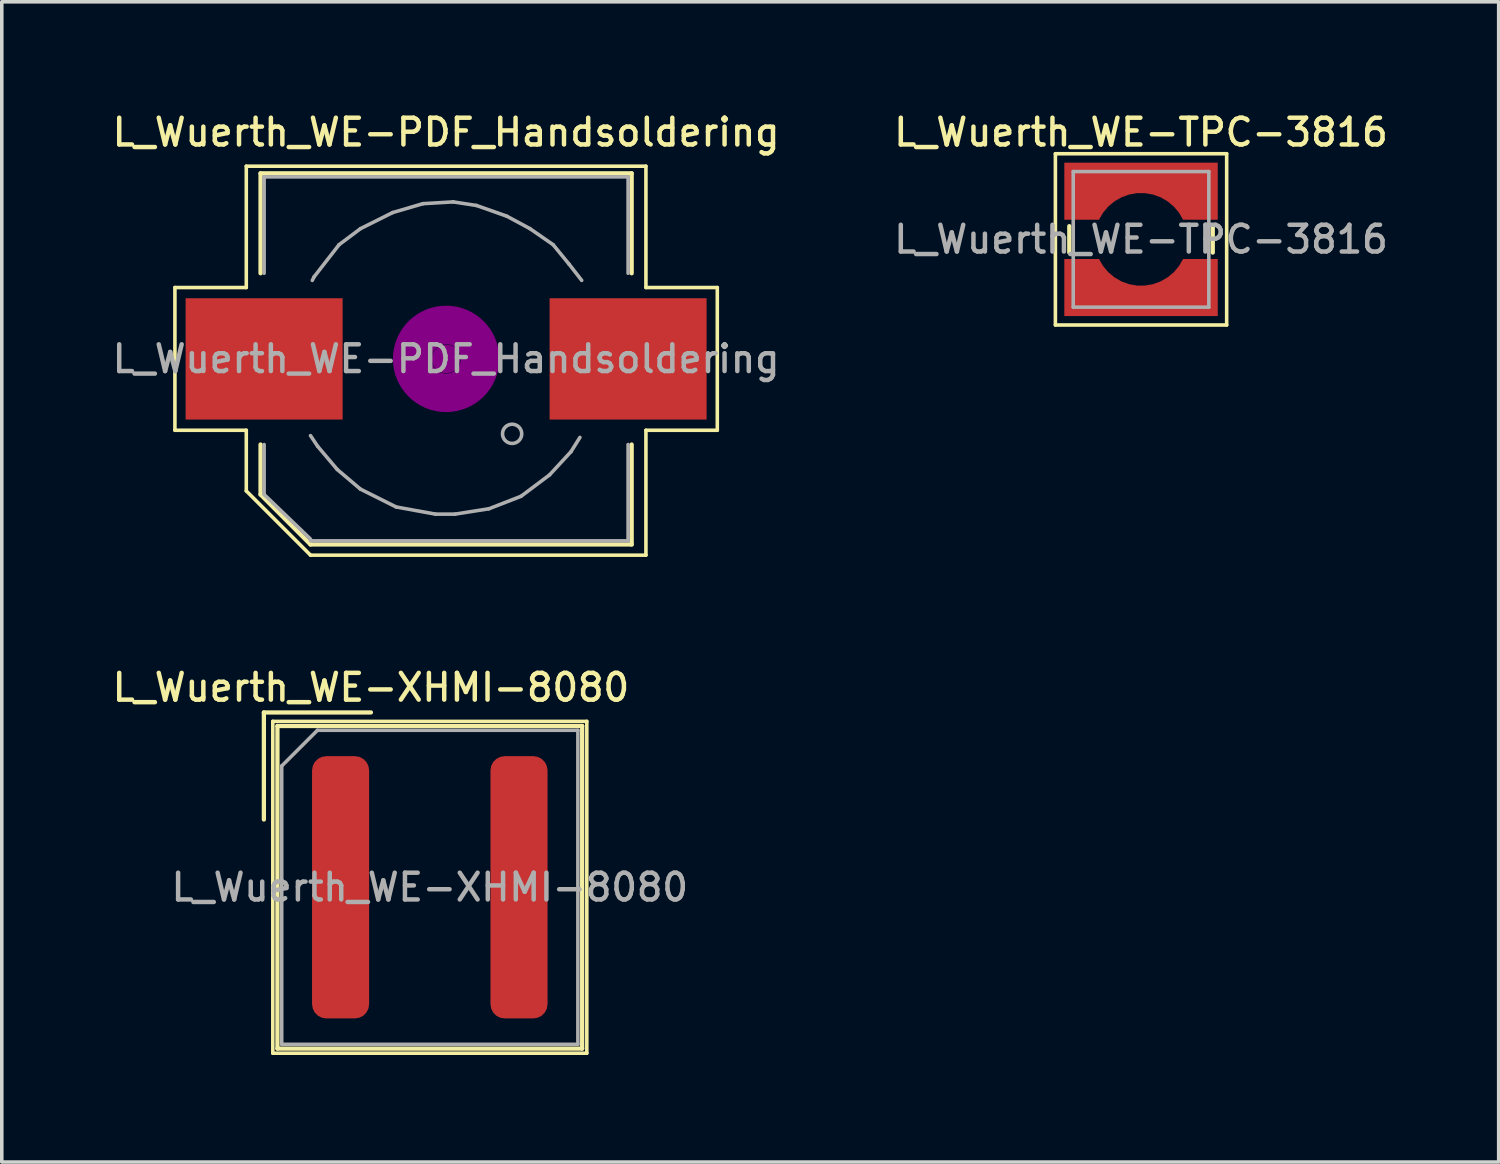
<source format=kicad_pcb>
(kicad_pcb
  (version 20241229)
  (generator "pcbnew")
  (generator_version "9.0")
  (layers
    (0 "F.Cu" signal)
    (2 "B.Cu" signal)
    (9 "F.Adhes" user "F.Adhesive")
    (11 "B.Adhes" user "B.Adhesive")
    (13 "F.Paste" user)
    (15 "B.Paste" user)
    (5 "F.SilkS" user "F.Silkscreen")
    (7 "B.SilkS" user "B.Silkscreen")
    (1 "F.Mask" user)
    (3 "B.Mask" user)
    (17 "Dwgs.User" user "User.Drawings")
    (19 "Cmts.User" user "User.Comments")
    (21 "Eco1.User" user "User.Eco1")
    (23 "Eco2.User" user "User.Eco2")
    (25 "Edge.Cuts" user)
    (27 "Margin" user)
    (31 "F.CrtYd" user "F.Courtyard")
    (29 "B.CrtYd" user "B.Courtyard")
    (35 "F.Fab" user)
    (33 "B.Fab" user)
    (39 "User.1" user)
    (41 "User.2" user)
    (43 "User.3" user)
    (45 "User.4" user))
  (footprint "L_Wuerth_WE-PDF_Handsoldering"
    (layer "F.Cu")
    (at 9.452 7.008)
    (property "Reference" "L_Wuerth_WE-PDF_Handsoldering" (at 0 -6.35 0) (layer "F.SilkS") (effects (font (size 0.75 0.75) (thickness 0.125))))
    (attr smd)
    (fp_line (start -7.6 -2) (end -5.6 -2) (stroke (width 0.1) (type solid)) (layer "F.SilkS"))
    (fp_line (start -7.6 2) (end -7.6 -2) (stroke (width 0.1) (type solid)) (layer "F.SilkS"))
    (fp_line (start -5.6 -5.4) (end 5.6 -5.4) (stroke (width 0.1) (type solid)) (layer "F.SilkS"))
    (fp_line (start -5.6 -2) (end -5.6 -5.4) (stroke (width 0.1) (type solid)) (layer "F.SilkS"))
    (fp_line (start -5.6 2) (end -7.6 2) (stroke (width 0.1) (type solid)) (layer "F.SilkS"))
    (fp_line (start -5.6 3.7) (end -5.6 2) (stroke (width 0.1) (type solid)) (layer "F.SilkS"))
    (fp_line (start -5.2 -5.2) (end 5.2 -5.2) (stroke (width 0.12) (type solid)) (layer "F.SilkS"))
    (fp_line (start -5.2 -2.4) (end -5.2 -5.2) (stroke (width 0.12) (type solid)) (layer "F.SilkS"))
    (fp_line (start -5.2 3.8) (end -5.2 2.4) (stroke (width 0.12) (type solid)) (layer "F.SilkS"))
    (fp_line (start -3.8 5.2) (end -5.2 3.8) (stroke (width 0.12) (type solid)) (layer "F.SilkS"))
    (fp_line (start -3.8 5.5) (end -5.6 3.7) (stroke (width 0.1) (type solid)) (layer "F.SilkS"))
    (fp_line (start 5.2 -5.2) (end 5.2 -2.4) (stroke (width 0.12) (type solid)) (layer "F.SilkS"))
    (fp_line (start 5.2 2.4) (end 5.2 5.2) (stroke (width 0.12) (type solid)) (layer "F.SilkS"))
    (fp_line (start 5.2 5.2) (end -3.8 5.2) (stroke (width 0.12) (type solid)) (layer "F.SilkS"))
    (fp_line (start 5.6 -5.4) (end 5.6 -2) (stroke (width 0.1) (type solid)) (layer "F.SilkS"))
    (fp_line (start 5.6 -2) (end 7.6 -2) (stroke (width 0.1) (type solid)) (layer "F.SilkS"))
    (fp_line (start 5.6 2) (end 5.6 5.5) (stroke (width 0.1) (type solid)) (layer "F.SilkS"))
    (fp_line (start 5.6 5.5) (end -3.8 5.5) (stroke (width 0.1) (type solid)) (layer "F.SilkS"))
    (fp_line (start 7.6 -2) (end 7.6 2) (stroke (width 0.1) (type solid)) (layer "F.SilkS"))
    (fp_line (start 7.6 2) (end 5.6 2) (stroke (width 0.1) (type solid)) (layer "F.SilkS"))
    (fp_circle (center 0 0) (end 0.15 0.15) (stroke (width 0.38) (type solid)) (fill no) (layer "F.Adhes"))
    (fp_circle (center 0 0) (end 0.6 0.05) (stroke (width 0.38) (type solid)) (fill no) (layer "F.Adhes"))
    (fp_circle (center 0 0) (end 0.95 0) (stroke (width 0.38) (type solid)) (fill no) (layer "F.Adhes"))
    (fp_circle (center 0 0) (end 1.3 0.05) (stroke (width 0.38) (type solid)) (fill no) (layer "F.Adhes"))
    (fp_line (start -5.1 -5.1) (end -5.1 -2.4) (stroke (width 0.1) (type solid)) (layer "F.Fab"))
    (fp_line (start -5.1 2.4) (end -5.1 3.8) (stroke (width 0.1) (type solid)) (layer "F.Fab"))
    (fp_line (start -5.1 3.8) (end -3.8 5.05) (stroke (width 0.1) (type solid)) (layer "F.Fab"))
    (fp_line (start -3.8 2.15) (end -3.6 2.45) (stroke (width 0.1) (type solid)) (layer "F.Fab"))
    (fp_line (start -3.7 -2.3) (end -3.75 -2.2) (stroke (width 0.1) (type solid)) (layer "F.Fab"))
    (fp_line (start -3.6 2.45) (end -3.05 3.1) (stroke (width 0.1) (type solid)) (layer "F.Fab"))
    (fp_line (start -3.05 3.1) (end -2.4 3.65) (stroke (width 0.1) (type solid)) (layer "F.Fab"))
    (fp_line (start -3 -3.2) (end -3.7 -2.3) (stroke (width 0.1) (type solid)) (layer "F.Fab"))
    (fp_line (start -2.4 -3.65) (end -3 -3.2) (stroke (width 0.1) (type solid)) (layer "F.Fab"))
    (fp_line (start -2.4 3.65) (end -1.4 4.15) (stroke (width 0.1) (type solid)) (layer "F.Fab"))
    (fp_line (start -1.5 -4.1) (end -2.4 -3.65) (stroke (width 0.1) (type solid)) (layer "F.Fab"))
    (fp_line (start -1.4 4.15) (end -0.3 4.35) (stroke (width 0.1) (type solid)) (layer "F.Fab"))
    (fp_line (start -0.65 -4.35) (end -1.5 -4.1) (stroke (width 0.1) (type solid)) (layer "F.Fab"))
    (fp_line (start -0.3 4.35) (end 0.25 4.35) (stroke (width 0.1) (type solid)) (layer "F.Fab"))
    (fp_line (start 0.2 -4.4) (end -0.65 -4.35) (stroke (width 0.1) (type solid)) (layer "F.Fab"))
    (fp_line (start 0.25 4.35) (end 1.2 4.2) (stroke (width 0.1) (type solid)) (layer "F.Fab"))
    (fp_line (start 0.85 -4.3) (end 0.2 -4.4) (stroke (width 0.1) (type solid)) (layer "F.Fab"))
    (fp_line (start 1.2 4.2) (end 2.1 3.85) (stroke (width 0.1) (type solid)) (layer "F.Fab"))
    (fp_line (start 1.7 -4) (end 0.85 -4.3) (stroke (width 0.1) (type solid)) (layer "F.Fab"))
    (fp_line (start 2.1 3.85) (end 2.9 3.25) (stroke (width 0.1) (type solid)) (layer "F.Fab"))
    (fp_line (start 2.35 -3.65) (end 1.7 -4) (stroke (width 0.1) (type solid)) (layer "F.Fab"))
    (fp_line (start 2.9 3.25) (end 3.5 2.6) (stroke (width 0.1) (type solid)) (layer "F.Fab"))
    (fp_line (start 3 -3.2) (end 2.35 -3.65) (stroke (width 0.1) (type solid)) (layer "F.Fab"))
    (fp_line (start 3.45 -2.65) (end 3 -3.2) (stroke (width 0.1) (type solid)) (layer "F.Fab"))
    (fp_line (start 3.5 2.6) (end 3.75 2.2) (stroke (width 0.1) (type solid)) (layer "F.Fab"))
    (fp_line (start 3.8 -2.2) (end 3.45 -2.65) (stroke (width 0.1) (type solid)) (layer "F.Fab"))
    (fp_line (start 5.1 -5.1) (end -5.1 -5.1) (stroke (width 0.1) (type solid)) (layer "F.Fab"))
    (fp_line (start 5.1 -5.1) (end 5.1 -2.4) (stroke (width 0.1) (type solid)) (layer "F.Fab"))
    (fp_line (start 5.1 5.1) (end -3.8 5.1) (stroke (width 0.1) (type solid)) (layer "F.Fab"))
    (fp_line (start 5.1 5.1) (end 5.1 2.4) (stroke (width 0.1) (type solid)) (layer "F.Fab"))
    (fp_circle (center 1.85 2.1) (end 2.1 2.2) (stroke (width 0.1) (type solid)) (fill no) (layer "F.Fab"))
    (fp_text user "${REFERENCE}" (at 0 0 0) (layer "F.Fab") (effects (font (size 0.75 0.75) (thickness 0.125))))
    (pad "1" smd rect (at -5.1 0) (size 4.4 3.4) (layers "F.Cu" "F.Mask" "F.Paste"))
    (pad "2" smd rect (at 5.1 0) (size 4.4 3.4) (layers "F.Cu" "F.Mask" "F.Paste")))
  (footprint "L_Wuerth_WE-XHMI-8080"
    (layer "F.Cu")
    (at 8.995 21.816)
    (property "Reference" "L_Wuerth_WE-XHMI-8080" (at -1.65 -5.6 0) (layer "F.SilkS") (effects (font (size 0.75 0.75) (thickness 0.125))))
    (attr smd)
    (fp_line (start -4.65 -4.9) (end -1.65 -4.9) (stroke (width 0.12) (type solid)) (layer "F.SilkS"))
    (fp_line (start -4.65 -1.9) (end -4.65 -4.9) (stroke (width 0.12) (type solid)) (layer "F.SilkS"))
    (fp_line (start -4.4 -4.65) (end -4.4 4.65) (stroke (width 0.1) (type solid)) (layer "F.SilkS"))
    (fp_line (start -4.4 -4.65) (end 4.4 -4.65) (stroke (width 0.1) (type solid)) (layer "F.SilkS"))
    (fp_line (start -4.4 4.65) (end 4.4 4.65) (stroke (width 0.1) (type solid)) (layer "F.SilkS"))
    (fp_line (start -4.27 -4.52) (end -4.27 4.52) (stroke (width 0.12) (type solid)) (layer "F.SilkS"))
    (fp_line (start -4.27 -4.52) (end 4.27 -4.52) (stroke (width 0.12) (type solid)) (layer "F.SilkS"))
    (fp_line (start -4.27 4.52) (end 4.27 4.52) (stroke (width 0.12) (type solid)) (layer "F.SilkS"))
    (fp_line (start 4.27 -4.52) (end 4.27 4.52) (stroke (width 0.12) (type solid)) (layer "F.SilkS"))
    (fp_line (start 4.4 -4.65) (end 4.4 4.65) (stroke (width 0.1) (type solid)) (layer "F.SilkS"))
    (fp_line (start -4.15 -3.4) (end -3.15 -4.4) (stroke (width 0.1) (type solid)) (layer "F.Fab"))
    (fp_line (start -4.15 4.4) (end -4.15 -3.4) (stroke (width 0.1) (type solid)) (layer "F.Fab"))
    (fp_line (start -3.15 -4.4) (end 4.15 -4.4) (stroke (width 0.1) (type solid)) (layer "F.Fab"))
    (fp_line (start 4.15 -4.4) (end 4.15 4.4) (stroke (width 0.1) (type solid)) (layer "F.Fab"))
    (fp_line (start 4.15 4.4) (end -4.15 4.4) (stroke (width 0.1) (type solid)) (layer "F.Fab"))
    (fp_text user "${REFERENCE}" (at 0 0 0) (layer "F.Fab") (effects (font (size 0.75 0.75) (thickness 0.125))))
    (pad "1" smd roundrect (at -2.5 0) (size 1.6 7.35) (layers "F.Cu" "F.Mask" "F.Paste") (roundrect_rratio 0.25))
    (pad "2" smd roundrect (at 2.5 0) (size 1.6 7.35) (layers "F.Cu" "F.Mask" "F.Paste") (roundrect_rratio 0.25)))
  (footprint "L_Wuerth_WE-TPC-3816"
    (layer "F.Cu")
    (at 28.927 3.658)
    (property "Reference" "L_Wuerth_WE-TPC-3816" (at 0 -3 0) (layer "F.SilkS") (effects (font (size 0.75 0.75) (thickness 0.125))))
    (attr smd)
    (fp_line (start -2.4 -2.4) (end 2.4 -2.4) (stroke (width 0.1) (type solid)) (layer "F.SilkS"))
    (fp_line (start -2.4 2.4) (end -2.4 -2.4) (stroke (width 0.1) (type solid)) (layer "F.SilkS"))
    (fp_line (start -2.01 0.37) (end -2.01 -0.37) (stroke (width 0.12) (type solid)) (layer "F.SilkS"))
    (fp_line (start 2.01 -0.37) (end 2.01 0.37) (stroke (width 0.12) (type solid)) (layer "F.SilkS"))
    (fp_line (start 2.4 -2.4) (end 2.4 2.4) (stroke (width 0.1) (type solid)) (layer "F.SilkS"))
    (fp_line (start 2.4 2.4) (end -2.4 2.4) (stroke (width 0.1) (type solid)) (layer "F.SilkS"))
    (fp_line (start -1.9 -1.9) (end 1.9 -1.9) (stroke (width 0.1) (type solid)) (layer "F.Fab"))
    (fp_line (start -1.9 1.9) (end -1.9 -1.9) (stroke (width 0.1) (type solid)) (layer "F.Fab"))
    (fp_line (start 1.9 -1.9) (end 1.9 1.9) (stroke (width 0.1) (type solid)) (layer "F.Fab"))
    (fp_line (start 1.9 1.9) (end -1.9 1.9) (stroke (width 0.1) (type solid)) (layer "F.Fab"))
    (fp_text user "${REFERENCE}" (at 0 0 0) (layer "F.Fab") (effects (font (size 0.75 0.75) (thickness 0.125))))
    (pad "1" smd custom (at 0 -1.75) (size 0.7 0.7) (layers "F.Cu" "F.Mask" "F.Paste") (options (anchor circle)) (primitives (gr_poly (pts (xy 2.15 1.2) (xy 1.178 1.2) (xy 1.065 1.004) (xy 0.919 0.83) (xy 0.745 0.685) (xy 0.549 0.572) (xy 0.336 0.494) (xy 0.113 0.455) (xy -0.113 0.455) (xy -0.336 0.494) (xy -0.549 0.572) (xy -0.745 0.685) (xy -0.919 0.83) (xy -1.065 1.004) (xy -1.178 1.2) (xy -2.15 1.2) (xy -2.15 -0.4) (xy 2.15 -0.4)) (width 0) (fill yes))))
    (pad "2" smd custom (at 0 1.75) (size 0.7 0.7) (layers "F.Cu" "F.Mask" "F.Paste") (options (anchor circle)) (primitives (gr_poly (pts (xy -1.065 -1.004) (xy -0.919 -0.83) (xy -0.745 -0.685) (xy -0.549 -0.572) (xy -0.336 -0.494) (xy -0.113 -0.455) (xy 0.113 -0.455) (xy 0.336 -0.494) (xy 0.549 -0.572) (xy 0.745 -0.685) (xy 0.919 -0.83) (xy 1.065 -1.004) (xy 1.178 -1.2) (xy 2.15 -1.2) (xy 2.15 0.4) (xy -2.15 0.4) (xy -2.15 -1.2) (xy -1.178 -1.2)) (width 0) (fill yes)))))
  (gr_rect
    (start -3 -3)
    (end 38.95 29.516)
    (stroke (width 0.1) (type default))
    (fill no)
    (layer "Edge.Cuts")))
</source>
